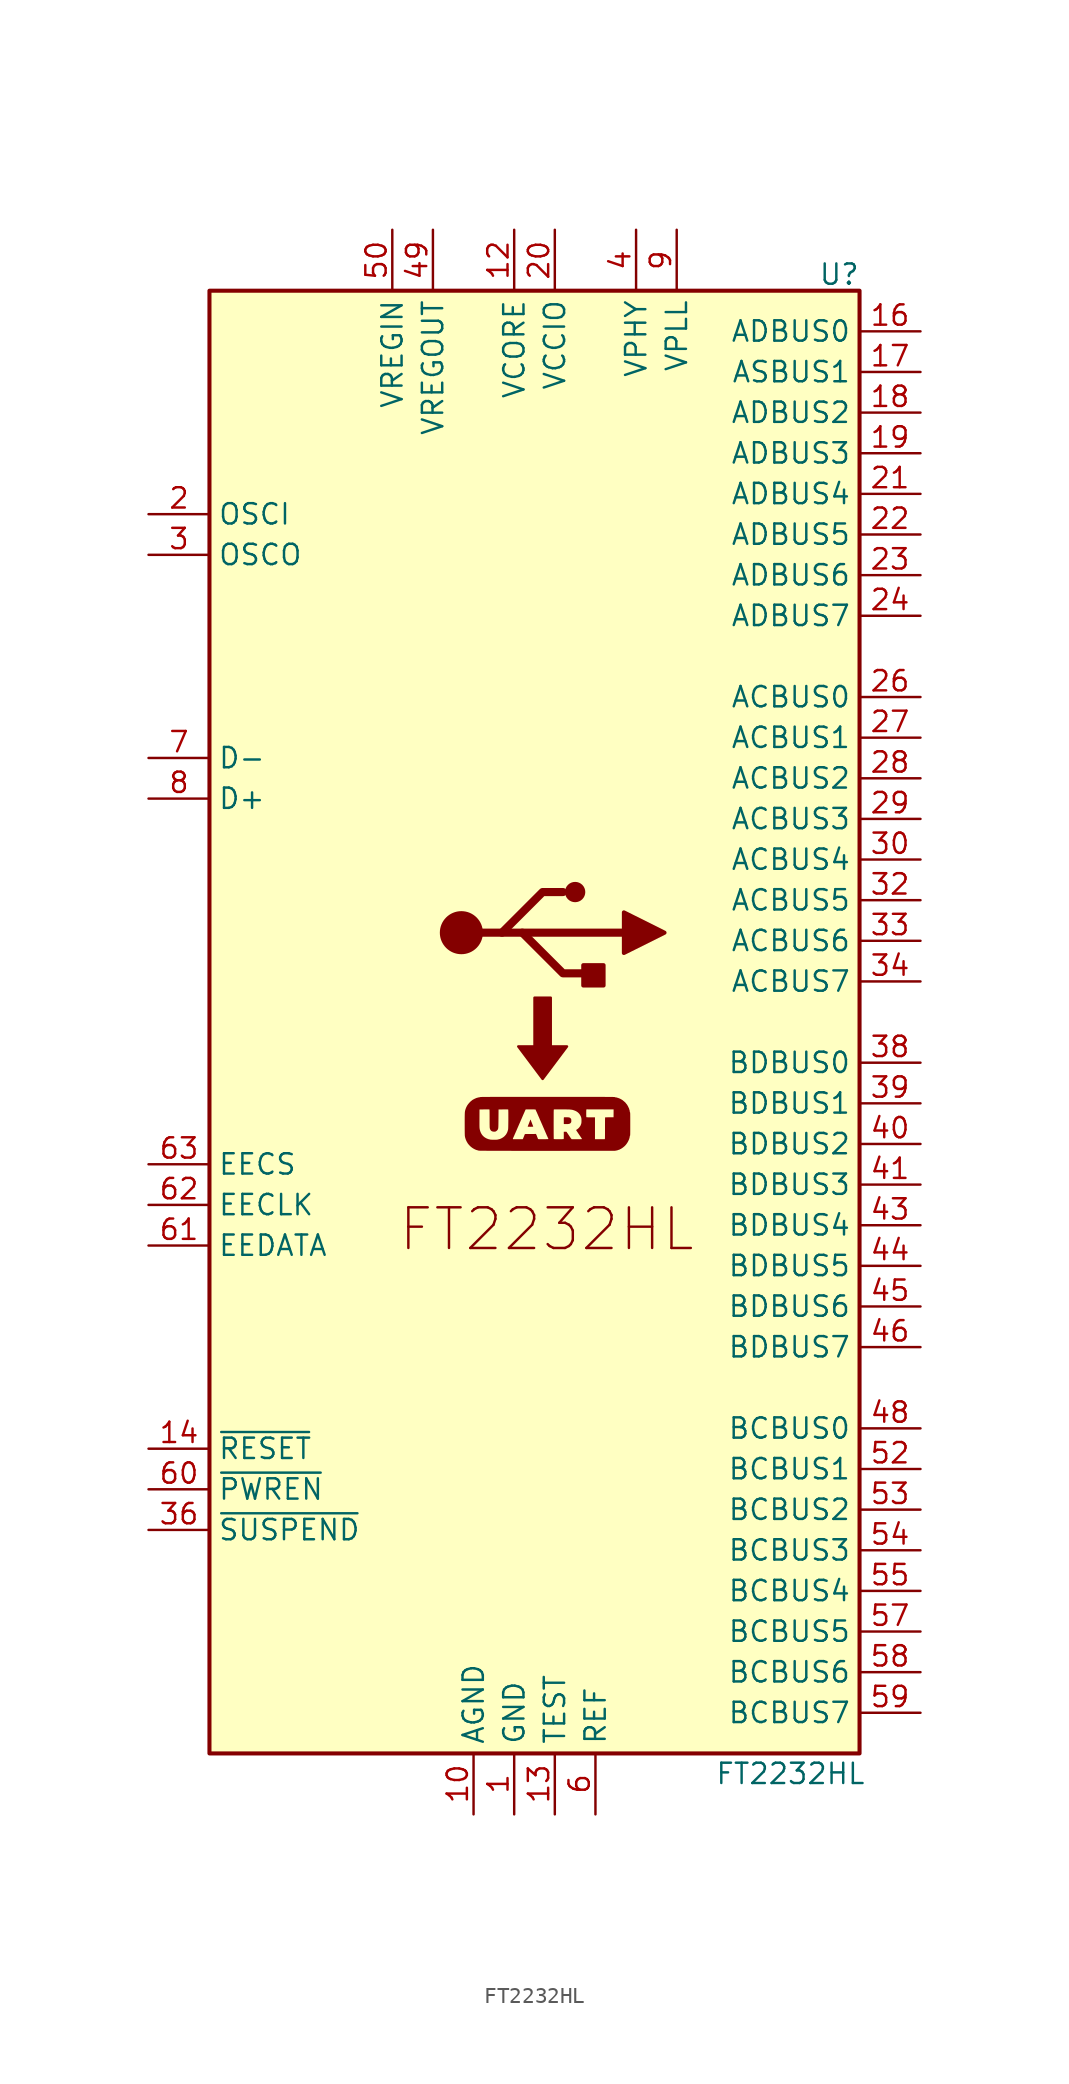
<source format=kicad_sym>
(kicad_symbol_lib
  (version 20231120)
  (generator "kicad_symbol_editor")
  (generator_version "8.0")
  (symbol "FT2232HL"
    (property "Reference" "U"
      (at 19.05 46.736 0)
      (effects (font (size 1.27 1.27))))
    (property "Value" "FT2232HL"
      (at 16.002 -46.99 0)
      (effects (font (size 1.27 1.27))))
    (symbol "FT2232HL_0_0"
      (pin power_in line (at -1.27 -49.53 90) (length 3.81) (name "GND" (effects (font (size 1.27 1.27)))) (number "1" (effects (font (size 1.27 1.27)))))
      (pin power_in line (at -1.27 49.53 270) (length 3.81) (name "VCORE" (effects (font (size 1.27 1.27)))) (number "12" (effects (font (size 1.27 1.27)))))
      (pin input line (at 1.27 -49.53 90) (length 3.81) (name "TEST" (effects (font (size 1.27 1.27)))) (number "13" (effects (font (size 1.27 1.27)))))
      (pin input line (at -24.13 -26.67 0) (length 3.81) (name "~{RESET}" (effects (font (size 1.27 1.27)))) (number "14" (effects (font (size 1.27 1.27)))))
      (pin bidirectional line (at 24.13 43.18 180) (length 3.81) (name "ADBUS0" (effects (font (size 1.27 1.27)))) (number "16" (effects (font (size 1.27 1.27)))))
      (pin bidirectional line (at 24.13 40.64 180) (length 3.81) (name "ASBUS1" (effects (font (size 1.27 1.27)))) (number "17" (effects (font (size 1.27 1.27)))))
      (pin bidirectional line (at 24.13 38.1 180) (length 3.81) (name "ADBUS2" (effects (font (size 1.27 1.27)))) (number "18" (effects (font (size 1.27 1.27)))))
      (pin bidirectional line (at 24.13 35.56 180) (length 3.81) (name "ADBUS3" (effects (font (size 1.27 1.27)))) (number "19" (effects (font (size 1.27 1.27)))))
      (pin input line (at -24.13 31.75 0) (length 3.81) (name "OSCI" (effects (font (size 1.27 1.27)))) (number "2" (effects (font (size 1.27 1.27)))))
      (pin power_in line (at 1.27 49.53 270) (length 3.81) (name "VCCIO" (effects (font (size 1.27 1.27)))) (number "20" (effects (font (size 1.27 1.27)))))
      (pin bidirectional line (at 24.13 33.02 180) (length 3.81) (name "ADBUS4" (effects (font (size 1.27 1.27)))) (number "21" (effects (font (size 1.27 1.27)))))
      (pin bidirectional line (at 24.13 30.48 180) (length 3.81) (name "ADBUS5" (effects (font (size 1.27 1.27)))) (number "22" (effects (font (size 1.27 1.27)))))
      (pin bidirectional line (at 24.13 27.94 180) (length 3.81) (name "ADBUS6" (effects (font (size 1.27 1.27)))) (number "23" (effects (font (size 1.27 1.27)))))
      (pin bidirectional line (at 24.13 25.4 180) (length 3.81) (name "ADBUS7" (effects (font (size 1.27 1.27)))) (number "24" (effects (font (size 1.27 1.27)))))
      (pin bidirectional line (at 24.13 20.32 180) (length 3.81) (name "ACBUS0" (effects (font (size 1.27 1.27)))) (number "26" (effects (font (size 1.27 1.27)))))
      (pin bidirectional line (at 24.13 17.78 180) (length 3.81) (name "ACBUS1" (effects (font (size 1.27 1.27)))) (number "27" (effects (font (size 1.27 1.27)))))
      (pin bidirectional line (at 24.13 15.24 180) (length 3.81) (name "ACBUS2" (effects (font (size 1.27 1.27)))) (number "28" (effects (font (size 1.27 1.27)))))
      (pin bidirectional line (at 24.13 12.7 180) (length 3.81) (name "ACBUS3" (effects (font (size 1.27 1.27)))) (number "29" (effects (font (size 1.27 1.27)))))
      (pin output line (at -24.13 29.21 0) (length 3.81) (name "OSCO" (effects (font (size 1.27 1.27)))) (number "3" (effects (font (size 1.27 1.27)))))
      (pin bidirectional line (at 24.13 10.16 180) (length 3.81) (name "ACBUS4" (effects (font (size 1.27 1.27)))) (number "30" (effects (font (size 1.27 1.27)))))
      (pin bidirectional line (at 24.13 7.62 180) (length 3.81) (name "ACBUS5" (effects (font (size 1.27 1.27)))) (number "32" (effects (font (size 1.27 1.27)))))
      (pin bidirectional line (at 24.13 5.08 180) (length 3.81) (name "ACBUS6" (effects (font (size 1.27 1.27)))) (number "33" (effects (font (size 1.27 1.27)))))
      (pin bidirectional line (at 24.13 2.54 180) (length 3.81) (name "ACBUS7" (effects (font (size 1.27 1.27)))) (number "34" (effects (font (size 1.27 1.27)))))
      (pin output line (at -24.13 -31.75 0) (length 3.81) (name "~{SUSPEND}" (effects (font (size 1.27 1.27)))) (number "36" (effects (font (size 1.27 1.27)))))
      (pin bidirectional line (at 24.13 -2.54 180) (length 3.81) (name "BDBUS0" (effects (font (size 1.27 1.27)))) (number "38" (effects (font (size 1.27 1.27)))))
      (pin bidirectional line (at 24.13 -5.08 180) (length 3.81) (name "BDBUS1" (effects (font (size 1.27 1.27)))) (number "39" (effects (font (size 1.27 1.27)))))
      (pin power_in line (at 6.35 49.53 270) (length 3.81) (name "VPHY" (effects (font (size 1.27 1.27)))) (number "4" (effects (font (size 1.27 1.27)))))
      (pin bidirectional line (at 24.13 -7.62 180) (length 3.81) (name "BDBUS2" (effects (font (size 1.27 1.27)))) (number "40" (effects (font (size 1.27 1.27)))))
      (pin bidirectional line (at 24.13 -10.16 180) (length 3.81) (name "BDBUS3" (effects (font (size 1.27 1.27)))) (number "41" (effects (font (size 1.27 1.27)))))
      (pin bidirectional line (at 24.13 -12.7 180) (length 3.81) (name "BDBUS4" (effects (font (size 1.27 1.27)))) (number "43" (effects (font (size 1.27 1.27)))))
      (pin bidirectional line (at 24.13 -15.24 180) (length 3.81) (name "BDBUS5" (effects (font (size 1.27 1.27)))) (number "44" (effects (font (size 1.27 1.27)))))
      (pin bidirectional line (at 24.13 -17.78 180) (length 3.81) (name "BDBUS6" (effects (font (size 1.27 1.27)))) (number "45" (effects (font (size 1.27 1.27)))))
      (pin bidirectional line (at 24.13 -20.32 180) (length 3.81) (name "BDBUS7" (effects (font (size 1.27 1.27)))) (number "46" (effects (font (size 1.27 1.27)))))
      (pin bidirectional line (at 24.13 -25.4 180) (length 3.81) (name "BCBUS0" (effects (font (size 1.27 1.27)))) (number "48" (effects (font (size 1.27 1.27)))))
      (pin power_out line (at -6.35 49.53 270) (length 3.81) (name "VREGOUT" (effects (font (size 1.27 1.27)))) (number "49" (effects (font (size 1.27 1.27)))))
      (pin power_in line (at -8.89 49.53 270) (length 3.81) (name "VREGIN" (effects (font (size 1.27 1.27)))) (number "50" (effects (font (size 1.27 1.27)))))
      (pin bidirectional line (at 24.13 -27.94 180) (length 3.81) (name "BCBUS1" (effects (font (size 1.27 1.27)))) (number "52" (effects (font (size 1.27 1.27)))))
      (pin bidirectional line (at 24.13 -30.48 180) (length 3.81) (name "BCBUS2" (effects (font (size 1.27 1.27)))) (number "53" (effects (font (size 1.27 1.27)))))
      (pin bidirectional line (at 24.13 -33.02 180) (length 3.81) (name "BCBUS3" (effects (font (size 1.27 1.27)))) (number "54" (effects (font (size 1.27 1.27)))))
      (pin bidirectional line (at 24.13 -35.56 180) (length 3.81) (name "BCBUS4" (effects (font (size 1.27 1.27)))) (number "55" (effects (font (size 1.27 1.27)))))
      (pin bidirectional line (at 24.13 -38.1 180) (length 3.81) (name "BCBUS5" (effects (font (size 1.27 1.27)))) (number "57" (effects (font (size 1.27 1.27)))))
      (pin bidirectional line (at 24.13 -40.64 180) (length 3.81) (name "BCBUS6" (effects (font (size 1.27 1.27)))) (number "58" (effects (font (size 1.27 1.27)))))
      (pin bidirectional line (at 24.13 -43.18 180) (length 3.81) (name "BCBUS7" (effects (font (size 1.27 1.27)))) (number "59" (effects (font (size 1.27 1.27)))))
      (pin input line (at 3.81 -49.53 90) (length 3.81) (name "REF" (effects (font (size 1.27 1.27)))) (number "6" (effects (font (size 1.27 1.27)))))
      (pin output line (at -24.13 -29.21 0) (length 3.81) (name "~{PWREN}" (effects (font (size 1.27 1.27)))) (number "60" (effects (font (size 1.27 1.27)))))
      (pin bidirectional line (at -24.13 -13.97 0) (length 3.81) (name "EEDATA" (effects (font (size 1.27 1.27)))) (number "61" (effects (font (size 1.27 1.27)))))
      (pin output line (at -24.13 -11.43 0) (length 3.81) (name "EECLK" (effects (font (size 1.27 1.27)))) (number "62" (effects (font (size 1.27 1.27)))))
      (pin bidirectional line (at -24.13 -8.89 0) (length 3.81) (name "EECS" (effects (font (size 1.27 1.27)))) (number "63" (effects (font (size 1.27 1.27)))))
      (pin power_in line (at 8.89 49.53 270) (length 3.81) (name "VPLL" (effects (font (size 1.27 1.27)))) (number "9" (effects (font (size 1.27 1.27))))))
    (symbol "FT2232HL_0_1"
      (rectangle (start -20.32 45.72) (end 20.32 -45.72) (stroke (width 0.254) (type default)) (fill (type background)))
      (circle (center -4.572 5.588) (radius 1.27) (stroke (width 0) (type default)) (fill (type outline)))
      (polyline (pts (xy -4.572 5.588) (xy 5.588 5.588)) (stroke (width 0.508) (type default)) (fill (type none)))
      (polyline (pts (xy -2.032 5.588) (xy 0.508 8.128) (xy 1.778 8.128)) (stroke (width 0.508) (type default)) (fill (type none)))
      (polyline (pts (xy -0.762 5.588) (xy 1.778 3.048) (xy 3.048 3.048)) (stroke (width 0.508) (type default)) (fill (type none)))
      (polyline (pts (xy 5.588 6.858) (xy 8.128 5.588) (xy 5.588 4.318) (xy 5.588 6.858)) (stroke (width 0.254) (type default)) (fill (type outline)))
      (polyline (pts (xy 1.016 1.524) (xy 0 1.524) (xy 0 -1.524) (xy -1.016 -1.524) (xy 0.508 -3.556) (xy 2.032 -1.524) (xy 1.016 -1.524) (xy 1.016 1.524)) (stroke (width 0) (type default)) (fill (type outline)))
      (circle (center 2.54 8.128) (radius 0.508) (stroke (width 0.254) (type default)) (fill (type outline)))
      (rectangle (start 3.048 3.556) (end 4.318 2.286) (stroke (width 0.254) (type default)) (fill (type outline))))
    (symbol "FT2232HL_1_0"
      (polyline (pts (xy -0.254 -6.096) (xy -0.253 -6.097) (xy -0.251 -6.099) (xy -0.249 -6.102) (xy -0.246 -6.107) (xy -0.242 -6.112) (xy -0.239 -6.119) (xy -0.232 -6.133) (xy -0.225 -6.147) (xy -0.22 -6.16) (xy -0.217 -6.166) (xy -0.216 -6.171) (xy -0.214 -6.175) (xy -0.214 -6.178) (xy -0.214 -6.179) (xy -0.214 -6.18) (xy -0.213 -6.183) (xy -0.212 -6.187) (xy -0.211 -6.191) (xy -0.209 -6.197) (xy -0.207 -6.202) (xy -0.204 -6.207) (xy -0.202 -6.213) (xy -0.188 -6.248) (xy -0.168 -6.298) (xy -0.145 -6.359) (xy -0.12 -6.427) (xy -0.117 -6.434) (xy -0.114 -6.442) (xy -0.106 -6.46) (xy -0.099 -6.476) (xy -0.093 -6.49) (xy -0.089 -6.5) (xy -0.085 -6.508) (xy -0.083 -6.515) (xy -0.082 -6.521) (xy -0.082 -6.524) (xy -0.082 -6.527) (xy -0.083 -6.529) (xy -0.085 -6.531) (xy -0.086 -6.533) (xy -0.089 -6.535) (xy -0.092 -6.537) (xy -0.095 -6.538) (xy -0.104 -6.54) (xy -0.116 -6.542) (xy -0.13 -6.544) (xy -0.148 -6.545) (xy -0.193 -6.545) (xy -0.253 -6.546) (xy -0.291 -6.545) (xy -0.324 -6.545) (xy -0.353 -6.544) (xy -0.365 -6.544) (xy -0.376 -6.543) (xy -0.386 -6.542) (xy -0.395 -6.542) (xy -0.403 -6.541) (xy -0.409 -6.54) (xy -0.414 -6.539) (xy -0.418 -6.538) (xy -0.42 -6.538) (xy -0.421 -6.537) (xy -0.422 -6.537) (xy -0.422 -6.536) (xy -0.423 -6.535) (xy -0.423 -6.533) (xy -0.423 -6.532) (xy -0.423 -6.53) (xy -0.423 -6.528) (xy -0.423 -6.526) (xy -0.422 -6.524) (xy -0.422 -6.521) (xy -0.421 -6.519) (xy -0.421 -6.516) (xy -0.42 -6.513) (xy -0.419 -6.51) (xy -0.418 -6.507) (xy -0.417 -6.505) (xy -0.416 -6.502) (xy -0.414 -6.499) (xy -0.408 -6.485) (xy -0.401 -6.467) (xy -0.393 -6.449) (xy -0.389 -6.44) (xy -0.386 -6.431) (xy -0.372 -6.395) (xy -0.365 -6.378) (xy -0.362 -6.371) (xy -0.36 -6.365) (xy -0.347 -6.335) (xy -0.341 -6.317) (xy -0.334 -6.3) (xy -0.327 -6.283) (xy -0.32 -6.263) (xy -0.306 -6.226) (xy -0.289 -6.183) (xy -0.277 -6.15) (xy -0.269 -6.127) (xy -0.266 -6.118) (xy -0.264 -6.111) (xy -0.263 -6.109) (xy -0.262 -6.108) (xy -0.262 -6.106) (xy -0.261 -6.105) (xy -0.261 -6.104) (xy -0.26 -6.103) (xy -0.259 -6.101) (xy -0.259 -6.1) (xy -0.258 -6.099) (xy -0.258 -6.098) (xy -0.257 -6.098) (xy -0.256 -6.097) (xy -0.256 -6.097) (xy -0.256 -6.096) (xy -0.256 -6.096) (xy -0.255 -6.096) (xy -0.255 -6.096) (xy -0.255 -6.096) (xy -0.255 -6.096) (xy -0.255 -6.096) (xy -0.254 -6.096)) (stroke (width -0.0001) (type solid)) (fill (type outline)))
      (polyline (pts (xy 2.014 -5.952) (xy 2.041 -5.953) (xy 2.065 -5.953) (xy 2.087 -5.954) (xy 2.106 -5.955) (xy 2.123 -5.957) (xy 2.139 -5.958) (xy 2.146 -5.959) (xy 2.153 -5.96) (xy 2.159 -5.961) (xy 2.165 -5.963) (xy 2.171 -5.964) (xy 2.177 -5.966) (xy 2.182 -5.967) (xy 2.187 -5.969) (xy 2.192 -5.971) (xy 2.197 -5.973) (xy 2.202 -5.976) (xy 2.206 -5.978) (xy 2.211 -5.981) (xy 2.215 -5.984) (xy 2.224 -5.99) (xy 2.233 -5.997) (xy 2.243 -6.005) (xy 2.252 -6.013) (xy 2.259 -6.02) (xy 2.266 -6.027) (xy 2.272 -6.035) (xy 2.278 -6.042) (xy 2.283 -6.05) (xy 2.287 -6.058) (xy 2.29 -6.066) (xy 2.293 -6.075) (xy 2.296 -6.085) (xy 2.298 -6.096) (xy 2.299 -6.107) (xy 2.3 -6.119) (xy 2.301 -6.133) (xy 2.301 -6.147) (xy 2.301 -6.163) (xy 2.301 -6.175) (xy 2.301 -6.186) (xy 2.301 -6.196) (xy 2.3 -6.205) (xy 2.3 -6.214) (xy 2.299 -6.221) (xy 2.299 -6.229) (xy 2.298 -6.235) (xy 2.297 -6.241) (xy 2.295 -6.246) (xy 2.294 -6.252) (xy 2.292 -6.256) (xy 2.29 -6.261) (xy 2.288 -6.265) (xy 2.286 -6.27) (xy 2.284 -6.274) (xy 2.274 -6.289) (xy 2.263 -6.303) (xy 2.252 -6.315) (xy 2.241 -6.326) (xy 2.229 -6.336) (xy 2.215 -6.344) (xy 2.201 -6.351) (xy 2.184 -6.358) (xy 2.167 -6.363) (xy 2.147 -6.367) (xy 2.125 -6.371) (xy 2.101 -6.374) (xy 2.074 -6.376) (xy 2.045 -6.377) (xy 2.013 -6.378) (xy 1.978 -6.378) (xy 1.948 -6.378) (xy 1.921 -6.378) (xy 1.896 -6.377) (xy 1.875 -6.376) (xy 1.857 -6.375) (xy 1.85 -6.375) (xy 1.843 -6.374) (xy 1.839 -6.373) (xy 1.835 -6.373) (xy 1.833 -6.372) (xy 1.832 -6.371) (xy 1.832 -6.371) (xy 1.831 -6.243) (xy 1.831 -6.19) (xy 1.83 -6.144) (xy 1.83 -6.105) (xy 1.831 -6.087) (xy 1.831 -6.071) (xy 1.831 -6.056) (xy 1.831 -6.043) (xy 1.831 -6.031) (xy 1.832 -6.02) (xy 1.832 -6.01) (xy 1.833 -6.001) (xy 1.833 -5.994) (xy 1.834 -5.987) (xy 1.835 -5.981) (xy 1.836 -5.976) (xy 1.837 -5.971) (xy 1.837 -5.969) (xy 1.837 -5.967) (xy 1.838 -5.966) (xy 1.839 -5.964) (xy 1.839 -5.963) (xy 1.84 -5.962) (xy 1.84 -5.961) (xy 1.841 -5.96) (xy 1.842 -5.959) (xy 1.842 -5.958) (xy 1.843 -5.957) (xy 1.844 -5.957) (xy 1.845 -5.956) (xy 1.845 -5.956) (xy 1.847 -5.955) (xy 1.849 -5.955) (xy 1.856 -5.954) (xy 1.868 -5.953) (xy 1.905 -5.952) (xy 1.956 -5.952) (xy 2.014 -5.952)) (stroke (width -0.0001) (type solid)) (fill (type outline)))
      (polyline (pts (xy 3.072 -4.676) (xy 4.34 -4.678) (xy 4.689 -4.68) (xy 4.894 -4.682) (xy 4.954 -4.684) (xy 4.992 -4.686) (xy 5.013 -4.688) (xy 5.017 -4.689) (xy 5.019 -4.69) (xy 5.021 -4.692) (xy 5.023 -4.693) (xy 5.025 -4.695) (xy 5.028 -4.696) (xy 5.031 -4.697) (xy 5.034 -4.699) (xy 5.038 -4.7) (xy 5.042 -4.701) (xy 5.046 -4.702) (xy 5.051 -4.703) (xy 5.056 -4.704) (xy 5.061 -4.705) (xy 5.073 -4.707) (xy 5.086 -4.708) (xy 5.092 -4.709) (xy 5.098 -4.71) (xy 5.111 -4.711) (xy 5.122 -4.713) (xy 5.134 -4.716) (xy 5.144 -4.718) (xy 5.154 -4.72) (xy 5.158 -4.722) (xy 5.162 -4.723) (xy 5.165 -4.724) (xy 5.168 -4.725) (xy 5.17 -4.727) (xy 5.173 -4.728) (xy 5.176 -4.729) (xy 5.178 -4.73) (xy 5.181 -4.731) (xy 5.184 -4.732) (xy 5.187 -4.733) (xy 5.19 -4.734) (xy 5.193 -4.735) (xy 5.196 -4.736) (xy 5.199 -4.736) (xy 5.202 -4.737) (xy 5.204 -4.737) (xy 5.207 -4.737) (xy 5.209 -4.738) (xy 5.212 -4.738) (xy 5.214 -4.738) (xy 5.216 -4.738) (xy 5.218 -4.738) (xy 5.221 -4.739) (xy 5.223 -4.739) (xy 5.226 -4.74) (xy 5.229 -4.741) (xy 5.231 -4.742) (xy 5.234 -4.743) (xy 5.236 -4.744) (xy 5.239 -4.745) (xy 5.241 -4.746) (xy 5.243 -4.747) (xy 5.245 -4.748) (xy 5.247 -4.75) (xy 5.249 -4.751) (xy 5.25 -4.752) (xy 5.253 -4.753) (xy 5.255 -4.755) (xy 5.257 -4.756) (xy 5.259 -4.757) (xy 5.261 -4.758) (xy 5.263 -4.759) (xy 5.265 -4.76) (xy 5.267 -4.761) (xy 5.269 -4.762) (xy 5.271 -4.762) (xy 5.273 -4.763) (xy 5.275 -4.763) (xy 5.277 -4.764) (xy 5.278 -4.764) (xy 5.279 -4.764) (xy 5.283 -4.765) (xy 5.289 -4.766) (xy 5.305 -4.773) (xy 5.326 -4.782) (xy 5.351 -4.793) (xy 5.376 -4.806) (xy 5.402 -4.819) (xy 5.425 -4.832) (xy 5.444 -4.843) (xy 5.455 -4.851) (xy 5.466 -4.858) (xy 5.471 -4.861) (xy 5.475 -4.863) (xy 5.479 -4.866) (xy 5.482 -4.867) (xy 5.484 -4.868) (xy 5.485 -4.869) (xy 5.487 -4.869) (xy 5.489 -4.87) (xy 5.49 -4.871) (xy 5.492 -4.872) (xy 5.494 -4.873) (xy 5.496 -4.874) (xy 5.497 -4.876) (xy 5.499 -4.877) (xy 5.501 -4.878) (xy 5.503 -4.88) (xy 5.504 -4.881) (xy 5.506 -4.882) (xy 5.508 -4.884) (xy 5.509 -4.885) (xy 5.52 -4.894) (xy 5.538 -4.909) (xy 5.562 -4.929) (xy 5.589 -4.952) (xy 5.615 -4.974) (xy 5.636 -4.992) (xy 5.645 -4.999) (xy 5.653 -5.006) (xy 5.66 -5.013) (xy 5.666 -5.019) (xy 5.673 -5.025) (xy 5.679 -5.032) (xy 5.685 -5.039) (xy 5.691 -5.046) (xy 5.706 -5.064) (xy 5.723 -5.086) (xy 5.74 -5.108) (xy 5.756 -5.128) (xy 5.769 -5.143) (xy 5.774 -5.149) (xy 5.777 -5.153) (xy 5.779 -5.156) (xy 5.782 -5.159) (xy 5.785 -5.163) (xy 5.787 -5.166) (xy 5.79 -5.17) (xy 5.791 -5.172) (xy 5.792 -5.173) (xy 5.793 -5.175) (xy 5.793 -5.177) (xy 5.794 -5.178) (xy 5.795 -5.179) (xy 5.796 -5.183) (xy 5.798 -5.186) (xy 5.804 -5.196) (xy 5.811 -5.207) (xy 5.817 -5.218) (xy 5.824 -5.229) (xy 5.832 -5.243) (xy 5.84 -5.258) (xy 5.849 -5.275) (xy 5.858 -5.293) (xy 5.868 -5.313) (xy 5.877 -5.334) (xy 5.886 -5.355) (xy 5.893 -5.369) (xy 5.9 -5.384) (xy 5.912 -5.411) (xy 5.913 -5.413) (xy 5.914 -5.416) (xy 5.916 -5.419) (xy 5.917 -5.422) (xy 5.918 -5.425) (xy 5.919 -5.428) (xy 5.92 -5.431) (xy 5.921 -5.433) (xy 5.921 -5.436) (xy 5.922 -5.439) (xy 5.923 -5.442) (xy 5.923 -5.444) (xy 5.924 -5.447) (xy 5.924 -5.449) (xy 5.924 -5.451) (xy 5.924 -5.453) (xy 5.924 -5.455) (xy 5.925 -5.457) (xy 5.925 -5.459) (xy 5.925 -5.462) (xy 5.926 -5.464) (xy 5.926 -5.467) (xy 5.927 -5.47) (xy 5.928 -5.472) (xy 5.929 -5.475) (xy 5.93 -5.478) (xy 5.931 -5.481) (xy 5.932 -5.484) (xy 5.933 -5.486) (xy 5.934 -5.489) (xy 5.935 -5.492) (xy 5.937 -5.494) (xy 5.938 -5.497) (xy 5.939 -5.5) (xy 5.941 -5.508) (xy 5.944 -5.518) (xy 5.946 -5.528) (xy 5.949 -5.539) (xy 5.95 -5.551) (xy 5.952 -5.563) (xy 5.953 -5.575) (xy 5.954 -5.582) (xy 5.955 -5.589) (xy 5.956 -5.595) (xy 5.957 -5.601) (xy 5.957 -5.606) (xy 5.958 -5.611) (xy 5.96 -5.616) (xy 5.961 -5.62) (xy 5.962 -5.624) (xy 5.963 -5.628) (xy 5.964 -5.631) (xy 5.966 -5.634) (xy 5.967 -5.637) (xy 5.968 -5.638) (xy 5.969 -5.639) (xy 5.969 -5.64) (xy 5.97 -5.641) (xy 5.971 -5.642) (xy 5.972 -5.643) (xy 5.976 -5.65) (xy 5.979 -5.67) (xy 5.982 -5.707) (xy 5.984 -5.769) (xy 5.986 -5.989) (xy 5.986 -6.377) (xy 5.986 -6.587) (xy 5.986 -6.753) (xy 5.985 -6.88) (xy 5.984 -6.93) (xy 5.984 -6.972) (xy 5.983 -7.008) (xy 5.982 -7.036) (xy 5.981 -7.059) (xy 5.98 -7.075) (xy 5.979 -7.088) (xy 5.978 -7.092) (xy 5.977 -7.096) (xy 5.976 -7.098) (xy 5.976 -7.1) (xy 5.975 -7.101) (xy 5.974 -7.101) (xy 5.972 -7.101) (xy 5.971 -7.102) (xy 5.969 -7.103) (xy 5.968 -7.104) (xy 5.966 -7.106) (xy 5.965 -7.108) (xy 5.964 -7.11) (xy 5.963 -7.113) (xy 5.962 -7.116) (xy 5.961 -7.12) (xy 5.96 -7.124) (xy 5.959 -7.129) (xy 5.958 -7.134) (xy 5.957 -7.139) (xy 5.955 -7.152) (xy 5.95 -7.189) (xy 5.942 -7.228) (xy 5.931 -7.268) (xy 5.918 -7.309) (xy 5.902 -7.351) (xy 5.884 -7.393) (xy 5.864 -7.435) (xy 5.842 -7.477) (xy 5.819 -7.519) (xy 5.793 -7.559) (xy 5.767 -7.599) (xy 5.739 -7.637) (xy 5.71 -7.673) (xy 5.68 -7.708) (xy 5.649 -7.74) (xy 5.617 -7.77) (xy 5.605 -7.781) (xy 5.591 -7.792) (xy 5.562 -7.816) (xy 5.532 -7.84) (xy 5.502 -7.862) (xy 5.474 -7.882) (xy 5.461 -7.891) (xy 5.45 -7.898) (xy 5.44 -7.904) (xy 5.432 -7.909) (xy 5.426 -7.912) (xy 5.423 -7.912) (xy 5.421 -7.913) (xy 5.421 -7.913) (xy 5.421 -7.913) (xy 5.42 -7.913) (xy 5.419 -7.913) (xy 5.418 -7.914) (xy 5.417 -7.914) (xy 5.416 -7.915) (xy 5.415 -7.916) (xy 5.414 -7.917) (xy 5.412 -7.918) (xy 5.411 -7.919) (xy 5.41 -7.92) (xy 5.409 -7.921) (xy 5.407 -7.922) (xy 5.406 -7.923) (xy 5.405 -7.925) (xy 5.404 -7.926) (xy 5.403 -7.927) (xy 5.401 -7.928) (xy 5.4 -7.93) (xy 5.398 -7.931) (xy 5.397 -7.932) (xy 5.395 -7.933) (xy 5.393 -7.934) (xy 5.392 -7.935) (xy 5.39 -7.936) (xy 5.388 -7.937) (xy 5.386 -7.937) (xy 5.384 -7.938) (xy 5.383 -7.939) (xy 5.381 -7.939) (xy 5.379 -7.939) (xy 5.377 -7.939) (xy 5.376 -7.939) (xy 5.374 -7.939) (xy 5.372 -7.94) (xy 5.37 -7.94) (xy 5.369 -7.941) (xy 5.367 -7.941) (xy 5.365 -7.942) (xy 5.363 -7.943) (xy 5.362 -7.944) (xy 5.36 -7.944) (xy 5.358 -7.946) (xy 5.357 -7.947) (xy 5.355 -7.948) (xy 5.354 -7.949) (xy 5.353 -7.95) (xy 5.352 -7.951) (xy 5.352 -7.951) (xy 5.351 -7.953) (xy 5.349 -7.954) (xy 5.348 -7.955) (xy 5.346 -7.957) (xy 5.345 -7.958) (xy 5.343 -7.959) (xy 5.341 -7.96) (xy 5.339 -7.962) (xy 5.337 -7.963) (xy 5.335 -7.964) (xy 5.332 -7.965) (xy 5.33 -7.965) (xy 5.328 -7.966) (xy 5.326 -7.967) (xy 5.324 -7.968) (xy 5.322 -7.968) (xy 5.317 -7.97) (xy 5.311 -7.971) (xy 5.294 -7.977) (xy 5.274 -7.984) (xy 5.264 -7.988) (xy 5.254 -7.992) (xy 5.229 -8.001) (xy 5.203 -8.01) (xy 5.176 -8.018) (xy 5.149 -8.024) (xy 5.12 -8.031) (xy 5.09 -8.037) (xy 5.059 -8.041) (xy 5.027 -8.046) (xy 0.741 -8.052) (xy -1.353 -8.05) (xy -2.645 -8.048) (xy -3.302 -8.044) (xy -3.445 -8.041) (xy -3.492 -8.038) (xy -3.495 -8.037) (xy -3.497 -8.036) (xy -3.503 -8.033) (xy -3.51 -8.03) (xy -3.518 -8.028) (xy -3.526 -8.025) (xy -3.534 -8.023) (xy -3.542 -8.021) (xy -3.55 -8.019) (xy -3.579 -8.012) (xy -3.609 -8.004) (xy -3.64 -7.994) (xy -3.671 -7.982) (xy -3.703 -7.969) (xy -3.735 -7.954) (xy -3.766 -7.938) (xy -3.798 -7.921) (xy -3.829 -7.902) (xy -3.86 -7.883) (xy -3.891 -7.863) (xy -3.92 -7.841) (xy -3.949 -7.819) (xy -3.977 -7.797) (xy -4.003 -7.773) (xy -4.029 -7.75) (xy -4.041 -7.737) (xy -4.054 -7.723) (xy -4.081 -7.695) (xy -4.107 -7.665) (xy -4.131 -7.637) (xy -4.152 -7.611) (xy -4.161 -7.6) (xy -4.168 -7.59) (xy -4.174 -7.58) (xy -4.179 -7.573) (xy -4.182 -7.567) (xy -4.183 -7.565) (xy -4.183 -7.563) (xy -4.183 -7.563) (xy -4.183 -7.562) (xy -4.183 -7.561) (xy -4.184 -7.56) (xy -4.184 -7.559) (xy -4.185 -7.557) (xy -4.186 -7.556) (xy -4.186 -7.555) (xy -4.187 -7.553) (xy -4.188 -7.552) (xy -4.189 -7.55) (xy -4.19 -7.549) (xy -4.191 -7.547) (xy -4.193 -7.546) (xy -4.194 -7.545) (xy -4.195 -7.543) (xy -4.199 -7.538) (xy -4.205 -7.53) (xy -4.218 -7.508) (xy -4.233 -7.48) (xy -4.249 -7.449) (xy -4.264 -7.418) (xy -4.278 -7.388) (xy -4.288 -7.364) (xy -4.291 -7.355) (xy -4.293 -7.348) (xy -4.294 -7.346) (xy -4.295 -7.343) (xy -4.295 -7.34) (xy -4.296 -7.338) (xy -4.297 -7.335) (xy -4.298 -7.333) (xy -4.299 -7.331) (xy -4.3 -7.329) (xy -4.301 -7.326) (xy -4.302 -7.324) (xy -4.303 -7.323) (xy -4.304 -7.321) (xy -4.305 -7.32) (xy -4.306 -7.319) (xy -4.306 -7.318) (xy -4.306 -7.318) (xy -4.307 -7.318) (xy -4.307 -7.317) (xy -4.308 -7.317) (xy -4.309 -7.316) (xy -4.31 -7.314) (xy -4.31 -7.313) (xy -4.311 -7.312) (xy -4.312 -7.31) (xy -4.312 -7.309) (xy -4.313 -7.307) (xy -4.313 -7.305) (xy -4.314 -7.303) (xy -4.314 -7.301) (xy -4.314 -7.299) (xy -4.315 -7.297) (xy -4.315 -7.295) (xy -4.315 -7.292) (xy -4.315 -7.29) (xy -4.315 -7.288) (xy -4.315 -7.285) (xy -4.316 -7.282) (xy -4.316 -7.28) (xy -4.316 -7.277) (xy -4.317 -7.274) (xy -4.317 -7.271) (xy -4.318 -7.269) (xy -4.319 -7.266) (xy -4.32 -7.263) (xy -4.321 -7.26) (xy -4.322 -7.258) (xy -4.322 -7.255) (xy -4.324 -7.253) (xy -4.325 -7.251) (xy -4.326 -7.248) (xy -4.328 -7.243) (xy -4.331 -7.235) (xy -4.334 -7.224) (xy -4.337 -7.211) (xy -4.34 -7.197) (xy -4.344 -7.182) (xy -4.347 -7.166) (xy -4.349 -7.15) (xy -4.354 -7.121) (xy -4.357 -7.084) (xy -4.361 -6.96) (xy -4.363 -6.737) (xy -4.364 -6.374) (xy -4.364 -6.333) (xy -3.441 -6.333) (xy -3.441 -6.437) (xy -3.44 -6.515) (xy -3.439 -6.546) (xy -3.438 -6.573) (xy -3.437 -6.596) (xy -3.436 -6.616) (xy -3.434 -6.633) (xy -3.432 -6.649) (xy -3.43 -6.664) (xy -3.428 -6.678) (xy -3.42 -6.72) (xy -3.41 -6.761) (xy -3.398 -6.801) (xy -3.386 -6.839) (xy -3.372 -6.876) (xy -3.357 -6.911) (xy -3.34 -6.946) (xy -3.322 -6.978) (xy -3.303 -7.01) (xy -3.282 -7.04) (xy -3.26 -7.069) (xy -3.237 -7.097) (xy -3.212 -7.123) (xy -3.186 -7.148) (xy -3.158 -7.172) (xy -3.129 -7.195) (xy -3.116 -7.204) (xy -3.103 -7.213) (xy -3.088 -7.222) (xy -3.073 -7.231) (xy -3.041 -7.25) (xy -3.009 -7.267) (xy -2.993 -7.274) (xy -2.978 -7.282) (xy -2.964 -7.288) (xy -2.951 -7.293) (xy -2.939 -7.298) (xy -2.929 -7.301) (xy -2.921 -7.303) (xy -2.915 -7.304) (xy -2.913 -7.304) (xy -2.911 -7.304) (xy -2.909 -7.305) (xy -2.908 -7.305) (xy -2.905 -7.306) (xy -2.903 -7.306) (xy -2.901 -7.307) (xy -2.899 -7.308) (xy -2.897 -7.309) (xy -2.895 -7.31) (xy -2.893 -7.311) (xy -2.89 -7.312) (xy -2.888 -7.314) (xy -2.886 -7.315) (xy -2.885 -7.316) (xy -2.883 -7.317) (xy -2.881 -7.319) (xy -2.879 -7.32) (xy -2.876 -7.321) (xy -2.874 -7.322) (xy -2.871 -7.324) (xy -2.868 -7.325) (xy -2.865 -7.326) (xy -2.862 -7.327) (xy -2.859 -7.327) (xy -2.856 -7.328) (xy -2.853 -7.329) (xy -2.85 -7.33) (xy -2.847 -7.33) (xy -2.844 -7.33) (xy -2.841 -7.33) (xy -2.839 -7.331) (xy -2.836 -7.331) (xy -2.833 -7.331) (xy -2.829 -7.331) (xy -2.825 -7.332) (xy -2.817 -7.333) (xy -2.809 -7.335) (xy -2.8 -7.337) (xy -2.792 -7.339) (xy -2.784 -7.341) (xy -2.776 -7.344) (xy -2.764 -7.347) (xy -2.745 -7.349) (xy -2.692 -7.353) (xy -2.623 -7.356) (xy -2.546 -7.357) (xy -2.469 -7.357) (xy -2.399 -7.355) (xy -2.345 -7.352) (xy -2.326 -7.35) (xy -2.313 -7.347) (xy -2.306 -7.345) (xy -2.298 -7.343) (xy -2.289 -7.341) (xy -2.28 -7.338) (xy -2.27 -7.336) (xy -2.26 -7.334) (xy -2.251 -7.332) (xy -2.243 -7.331) (xy -2.219 -7.326) (xy -2.194 -7.319) (xy -2.168 -7.311) (xy -2.141 -7.301) (xy -2.137 -7.299) (xy -1.35 -7.299) (xy -1.35 -7.301) (xy -1.35 -7.303) (xy -1.347 -7.323) (xy -1.049 -7.323) (xy -0.836 -7.322) (xy -0.741 -7.322) (xy -0.739 -7.321) (xy -0.736 -7.32) (xy -0.734 -7.318) (xy -0.732 -7.315) (xy -0.729 -7.311) (xy -0.726 -7.306) (xy -0.719 -7.293) (xy -0.711 -7.274) (xy -0.701 -7.251) (xy -0.689 -7.221) (xy -0.675 -7.185) (xy -0.672 -7.177) (xy -0.669 -7.169) (xy -0.666 -7.161) (xy -0.663 -7.153) (xy -0.659 -7.145) (xy -0.656 -7.137) (xy -0.653 -7.131) (xy -0.65 -7.125) (xy -0.648 -7.122) (xy -0.647 -7.12) (xy -0.646 -7.117) (xy -0.645 -7.114) (xy -0.644 -7.112) (xy -0.643 -7.109) (xy -0.642 -7.106) (xy -0.641 -7.104) (xy -0.64 -7.102) (xy -0.639 -7.099) (xy -0.639 -7.097) (xy -0.638 -7.095) (xy -0.638 -7.093) (xy -0.638 -7.092) (xy -0.637 -7.09) (xy -0.637 -7.089) (xy -0.637 -7.088) (xy -0.637 -7.086) (xy -0.636 -7.084) (xy -0.636 -7.081) (xy -0.634 -7.076) (xy -0.632 -7.069) (xy -0.629 -7.062) (xy -0.625 -7.054) (xy -0.621 -7.047) (xy -0.617 -7.039) (xy -0.596 -7) (xy -0.251 -6.997) (xy 0.093 -6.995) (xy 0.112 -7.037) (xy 0.121 -7.056) (xy 0.129 -7.074) (xy 0.138 -7.091) (xy 0.141 -7.098) (xy 0.144 -7.104) (xy 0.145 -7.107) (xy 0.146 -7.109) (xy 0.148 -7.112) (xy 0.149 -7.115) (xy 0.15 -7.118) (xy 0.151 -7.121) (xy 0.152 -7.123) (xy 0.153 -7.126) (xy 0.154 -7.129) (xy 0.154 -7.131) (xy 0.155 -7.134) (xy 0.155 -7.136) (xy 0.156 -7.139) (xy 0.156 -7.141) (xy 0.156 -7.143) (xy 0.156 -7.144) (xy 0.156 -7.146) (xy 0.157 -7.148) (xy 0.157 -7.15) (xy 0.157 -7.152) (xy 0.158 -7.154) (xy 0.159 -7.156) (xy 0.159 -7.158) (xy 0.16 -7.16) (xy 0.161 -7.162) (xy 0.162 -7.165) (xy 0.163 -7.167) (xy 0.165 -7.169) (xy 0.166 -7.171) (xy 0.167 -7.173) (xy 0.168 -7.175) (xy 0.17 -7.177) (xy 0.171 -7.179) (xy 0.172 -7.181) (xy 0.173 -7.183) (xy 0.175 -7.185) (xy 0.176 -7.187) (xy 0.177 -7.189) (xy 0.178 -7.192) (xy 0.179 -7.194) (xy 0.18 -7.197) (xy 0.18 -7.199) (xy 0.181 -7.201) (xy 0.182 -7.204) (xy 0.182 -7.206) (xy 0.182 -7.208) (xy 0.183 -7.21) (xy 0.183 -7.212) (xy 0.183 -7.214) (xy 0.183 -7.216) (xy 0.183 -7.218) (xy 0.184 -7.221) (xy 0.184 -7.223) (xy 0.185 -7.225) (xy 0.186 -7.228) (xy 0.187 -7.23) (xy 0.188 -7.232) (xy 0.189 -7.235) (xy 0.19 -7.237) (xy 0.191 -7.239) (xy 0.192 -7.242) (xy 0.193 -7.244) (xy 0.195 -7.246) (xy 0.196 -7.248) (xy 0.197 -7.249) (xy 0.199 -7.251) (xy 0.2 -7.253) (xy 0.201 -7.255) (xy 0.202 -7.257) (xy 0.203 -7.259) (xy 0.204 -7.261) (xy 0.205 -7.263) (xy 0.206 -7.266) (xy 0.207 -7.268) (xy 0.208 -7.27) (xy 0.208 -7.272) (xy 0.209 -7.274) (xy 0.209 -7.275) (xy 0.209 -7.277) (xy 0.209 -7.279) (xy 0.209 -7.28) (xy 0.209 -7.281) (xy 0.21 -7.283) (xy 0.21 -7.285) (xy 0.211 -7.287) (xy 0.211 -7.288) (xy 0.212 -7.29) (xy 0.213 -7.292) (xy 0.213 -7.294) (xy 0.214 -7.296) (xy 0.215 -7.298) (xy 0.216 -7.3) (xy 0.217 -7.302) (xy 0.218 -7.304) (xy 0.22 -7.306) (xy 0.221 -7.308) (xy 0.223 -7.31) (xy 0.226 -7.312) (xy 0.23 -7.314) (xy 0.235 -7.316) (xy 0.252 -7.319) (xy 0.278 -7.32) (xy 0.318 -7.322) (xy 0.374 -7.322) (xy 0.544 -7.323) (xy 0.669 -7.322) (xy 0.723 -7.321) (xy 0.77 -7.319) (xy 0.808 -7.318) (xy 0.838 -7.317) (xy 0.857 -7.315) (xy 0.862 -7.315) (xy 0.865 -7.314) (xy 0.865 -7.313) (xy 0.865 -7.313) (xy 0.866 -7.312) (xy 0.866 -7.311) (xy 0.867 -7.31) (xy 0.867 -7.309) (xy 0.867 -7.307) (xy 0.867 -7.305) (xy 0.867 -7.303) (xy 0.867 -7.301) (xy 0.866 -7.299) (xy 0.866 -7.296) (xy 0.865 -7.294) (xy 0.864 -7.292) (xy 0.863 -7.289) (xy 0.862 -7.286) (xy 0.861 -7.283) (xy 0.859 -7.28) (xy 0.85 -7.261) (xy 0.838 -7.236) (xy 0.803 -7.157) (xy 0.797 -7.143) (xy 0.793 -7.136) (xy 0.79 -7.129) (xy 0.788 -7.123) (xy 0.785 -7.118) (xy 0.783 -7.113) (xy 0.781 -7.11) (xy 0.778 -7.104) (xy 0.774 -7.097) (xy 0.772 -7.093) (xy 0.771 -7.09) (xy 0.769 -7.087) (xy 0.768 -7.084) (xy 0.765 -7.076) (xy 0.761 -7.065) (xy 0.756 -7.053) (xy 0.753 -7.046) (xy 0.75 -7.04) (xy 0.737 -7.01) (xy 0.731 -6.995) (xy 0.728 -6.988) (xy 0.726 -6.982) (xy 0.707 -6.939) (xy 0.672 -6.859) (xy 0.659 -6.828) (xy 0.653 -6.812) (xy 0.647 -6.799) (xy 0.64 -6.785) (xy 0.633 -6.769) (xy 0.626 -6.751) (xy 0.619 -6.735) (xy 0.612 -6.719) (xy 0.604 -6.701) (xy 0.59 -6.669) (xy 0.585 -6.656) (xy 0.579 -6.643) (xy 0.571 -6.624) (xy 0.568 -6.619) (xy 0.564 -6.61) (xy 0.551 -6.58) (xy 0.513 -6.493) (xy 0.494 -6.446) (xy 0.476 -6.405) (xy 0.469 -6.389) (xy 1.197 -6.389) (xy 1.198 -6.744) (xy 1.199 -7.036) (xy 1.202 -7.235) (xy 1.203 -7.29) (xy 1.204 -7.311) (xy 1.213 -7.314) (xy 1.233 -7.317) (xy 1.304 -7.321) (xy 1.402 -7.323) (xy 1.514 -7.324) (xy 1.626 -7.323) (xy 1.725 -7.321) (xy 1.795 -7.317) (xy 1.816 -7.314) (xy 1.825 -7.311) (xy 1.826 -7.304) (xy 1.827 -7.289) (xy 1.83 -7.238) (xy 1.831 -7.165) (xy 1.831 -7.079) (xy 1.829 -6.859) (xy 1.911 -6.856) (xy 1.926 -6.856) (xy 1.938 -6.855) (xy 1.949 -6.855) (xy 1.959 -6.855) (xy 1.963 -6.855) (xy 1.967 -6.855) (xy 1.971 -6.855) (xy 1.974 -6.856) (xy 1.978 -6.856) (xy 1.98 -6.856) (xy 1.983 -6.857) (xy 1.986 -6.857) (xy 1.988 -6.858) (xy 1.99 -6.858) (xy 1.992 -6.859) (xy 1.994 -6.86) (xy 1.996 -6.861) (xy 1.998 -6.862) (xy 1.999 -6.863) (xy 2.001 -6.864) (xy 2.002 -6.866) (xy 2.004 -6.867) (xy 2.006 -6.869) (xy 2.007 -6.87) (xy 2.01 -6.874) (xy 2.014 -6.878) (xy 2.016 -6.881) (xy 2.018 -6.883) (xy 2.02 -6.886) (xy 2.022 -6.888) (xy 2.023 -6.891) (xy 2.025 -6.894) (xy 2.027 -6.896) (xy 2.028 -6.898) (xy 2.03 -6.901) (xy 2.031 -6.903) (xy 2.032 -6.905) (xy 2.033 -6.907) (xy 2.034 -6.909) (xy 2.034 -6.911) (xy 2.035 -6.912) (xy 2.035 -6.913) (xy 2.035 -6.914) (xy 2.035 -6.915) (xy 2.035 -6.915) (xy 2.035 -6.916) (xy 2.035 -6.916) (xy 2.035 -6.917) (xy 2.036 -6.918) (xy 2.036 -6.918) (xy 2.036 -6.92) (xy 2.037 -6.921) (xy 2.038 -6.922) (xy 2.038 -6.923) (xy 2.039 -6.924) (xy 2.04 -6.926) (xy 2.041 -6.927) (xy 2.042 -6.928) (xy 2.043 -6.929) (xy 2.044 -6.929) (xy 2.045 -6.93) (xy 2.046 -6.931) (xy 2.046 -6.931) (xy 2.049 -6.933) (xy 2.051 -6.935) (xy 2.054 -6.937) (xy 2.056 -6.94) (xy 2.059 -6.943) (xy 2.061 -6.946) (xy 2.064 -6.95) (xy 2.067 -6.954) (xy 2.069 -6.958) (xy 2.072 -6.963) (xy 2.075 -6.967) (xy 2.078 -6.972) (xy 2.083 -6.982) (xy 2.088 -6.993) (xy 2.089 -6.995) (xy 2.09 -6.997) (xy 2.091 -6.999) (xy 2.092 -7.001) (xy 2.093 -7.003) (xy 2.094 -7.004) (xy 2.095 -7.006) (xy 2.096 -7.007) (xy 2.098 -7.008) (xy 2.099 -7.01) (xy 2.099 -7.01) (xy 2.1 -7.011) (xy 2.1 -7.011) (xy 2.101 -7.011) (xy 2.102 -7.012) (xy 2.102 -7.012) (xy 2.103 -7.012) (xy 2.103 -7.013) (xy 2.104 -7.013) (xy 2.104 -7.013) (xy 2.105 -7.013) (xy 2.105 -7.013) (xy 2.106 -7.013) (xy 2.106 -7.013) (xy 2.107 -7.013) (xy 2.107 -7.013) (xy 2.107 -7.013) (xy 2.108 -7.013) (xy 2.108 -7.014) (xy 2.109 -7.014) (xy 2.109 -7.014) (xy 2.109 -7.014) (xy 2.11 -7.014) (xy 2.11 -7.015) (xy 2.111 -7.015) (xy 2.111 -7.015) (xy 2.111 -7.016) (xy 2.111 -7.016) (xy 2.112 -7.016) (xy 2.112 -7.017) (xy 2.112 -7.017) (xy 2.113 -7.017) (xy 2.113 -7.018) (xy 2.113 -7.018) (xy 2.113 -7.019) (xy 2.114 -7.019) (xy 2.114 -7.019) (xy 2.114 -7.02) (xy 2.114 -7.02) (xy 2.114 -7.021) (xy 2.114 -7.021) (xy 2.114 -7.022) (xy 2.114 -7.022) (xy 2.114 -7.023) (xy 2.114 -7.024) (xy 2.115 -7.025) (xy 2.115 -7.027) (xy 2.116 -7.029) (xy 2.117 -7.031) (xy 2.118 -7.034) (xy 2.12 -7.037) (xy 2.121 -7.039) (xy 2.125 -7.045) (xy 2.129 -7.052) (xy 2.131 -7.055) (xy 2.134 -7.058) (xy 2.136 -7.062) (xy 2.139 -7.065) (xy 2.144 -7.072) (xy 2.149 -7.079) (xy 2.154 -7.085) (xy 2.159 -7.092) (xy 2.163 -7.098) (xy 2.167 -7.104) (xy 2.169 -7.108) (xy 2.172 -7.112) (xy 2.193 -7.146) (xy 2.217 -7.181) (xy 2.241 -7.217) (xy 2.264 -7.25) (xy 2.286 -7.278) (xy 2.296 -7.291) (xy 2.304 -7.301) (xy 2.312 -7.31) (xy 2.318 -7.316) (xy 2.322 -7.32) (xy 2.324 -7.321) (xy 2.325 -7.322) (xy 2.493 -7.323) (xy 2.705 -7.322) (xy 2.888 -7.321) (xy 2.945 -7.319) (xy 2.967 -7.318) (xy 2.968 -7.317) (xy 2.968 -7.314) (xy 2.968 -7.311) (xy 2.966 -7.307) (xy 2.964 -7.302) (xy 2.961 -7.296) (xy 2.952 -7.28) (xy 2.939 -7.258) (xy 2.92 -7.231) (xy 2.897 -7.196) (xy 2.868 -7.154) (xy 2.81 -7.068) (xy 2.78 -7.024) (xy 2.778 -7.02) (xy 2.775 -7.015) (xy 2.772 -7.01) (xy 2.768 -7.004) (xy 2.763 -6.997) (xy 2.759 -6.991) (xy 2.749 -6.978) (xy 2.745 -6.971) (xy 2.74 -6.965) (xy 2.735 -6.958) (xy 2.731 -6.952) (xy 2.727 -6.946) (xy 2.724 -6.94) (xy 2.721 -6.936) (xy 2.718 -6.932) (xy 2.716 -6.927) (xy 2.711 -6.92) (xy 2.696 -6.897) (xy 2.676 -6.869) (xy 2.654 -6.837) (xy 2.643 -6.82) (xy 2.633 -6.805) (xy 2.624 -6.79) (xy 2.62 -6.784) (xy 2.617 -6.778) (xy 2.613 -6.772) (xy 2.611 -6.766) (xy 2.608 -6.762) (xy 2.606 -6.758) (xy 2.605 -6.754) (xy 2.604 -6.751) (xy 2.604 -6.75) (xy 2.603 -6.749) (xy 2.603 -6.748) (xy 2.604 -6.748) (xy 2.605 -6.747) (xy 2.606 -6.745) (xy 2.61 -6.742) (xy 2.615 -6.738) (xy 2.622 -6.733) (xy 2.63 -6.727) (xy 2.638 -6.721) (xy 2.647 -6.715) (xy 2.657 -6.709) (xy 2.667 -6.702) (xy 2.678 -6.694) (xy 2.69 -6.686) (xy 2.701 -6.678) (xy 2.712 -6.669) (xy 2.723 -6.661) (xy 2.732 -6.653) (xy 2.737 -6.649) (xy 2.74 -6.645) (xy 2.749 -6.637) (xy 2.759 -6.627) (xy 2.769 -6.617) (xy 2.779 -6.605) (xy 2.79 -6.593) (xy 2.801 -6.58) (xy 2.821 -6.554) (xy 2.831 -6.541) (xy 2.841 -6.528) (xy 2.849 -6.516) (xy 2.857 -6.504) (xy 2.864 -6.493) (xy 2.87 -6.483) (xy 2.875 -6.474) (xy 2.878 -6.466) (xy 2.881 -6.459) (xy 2.885 -6.449) (xy 2.889 -6.438) (xy 2.892 -6.432) (xy 2.894 -6.427) (xy 2.9 -6.412) (xy 2.906 -6.398) (xy 2.911 -6.384) (xy 2.916 -6.37) (xy 2.92 -6.357) (xy 2.923 -6.343) (xy 2.926 -6.329) (xy 2.929 -6.314) (xy 2.931 -6.299) (xy 2.933 -6.283) (xy 2.934 -6.266) (xy 2.935 -6.248) (xy 2.937 -6.208) (xy 2.937 -6.162) (xy 2.937 -6.112) (xy 2.936 -6.09) (xy 2.935 -6.069) (xy 2.933 -6.05) (xy 2.932 -6.032) (xy 2.929 -6.015) (xy 2.926 -5.999) (xy 2.923 -5.983) (xy 2.919 -5.968) (xy 2.914 -5.952) (xy 2.909 -5.936) (xy 2.903 -5.92) (xy 2.896 -5.903) (xy 2.888 -5.886) (xy 2.879 -5.867) (xy 2.866 -5.841) (xy 2.853 -5.817) (xy 2.838 -5.793) (xy 2.823 -5.77) (xy 2.807 -5.748) (xy 2.79 -5.727) (xy 2.772 -5.706) (xy 2.767 -5.702) (xy 3.234 -5.702) (xy 3.234 -5.76) (xy 3.235 -5.809) (xy 3.236 -5.85) (xy 3.236 -5.868) (xy 3.237 -5.883) (xy 3.237 -5.897) (xy 3.238 -5.908) (xy 3.239 -5.918) (xy 3.24 -5.927) (xy 3.241 -5.933) (xy 3.242 -5.938) (xy 3.243 -5.94) (xy 3.244 -5.942) (xy 3.244 -5.943) (xy 3.245 -5.944) (xy 3.247 -5.946) (xy 3.251 -5.947) (xy 3.264 -5.949) (xy 3.284 -5.951) (xy 3.312 -5.952) (xy 3.349 -5.954) (xy 3.396 -5.954) (xy 3.518 -5.955) (xy 3.781 -5.955) (xy 3.781 -7.321) (xy 4.079 -7.324) (xy 4.139 -7.324) (xy 4.196 -7.324) (xy 4.248 -7.324) (xy 4.294 -7.323) (xy 4.332 -7.322) (xy 4.363 -7.322) (xy 4.383 -7.32) (xy 4.389 -7.32) (xy 4.392 -7.319) (xy 4.397 -7.314) (xy 4.401 -7.299) (xy 4.403 -7.268) (xy 4.405 -7.214) (xy 4.407 -7.011) (xy 4.407 -6.637) (xy 4.407 -6.449) (xy 4.408 -6.298) (xy 4.408 -6.18) (xy 4.409 -6.091) (xy 4.41 -6.057) (xy 4.411 -6.028) (xy 4.412 -6.006) (xy 4.413 -5.988) (xy 4.414 -5.975) (xy 4.415 -5.966) (xy 4.416 -5.963) (xy 4.417 -5.96) (xy 4.418 -5.959) (xy 4.419 -5.958) (xy 4.426 -5.957) (xy 4.444 -5.956) (xy 4.502 -5.955) (xy 4.586 -5.953) (xy 4.686 -5.952) (xy 4.941 -5.95) (xy 4.944 -5.705) (xy 4.945 -5.461) (xy 4.117 -5.461) (xy 3.529 -5.46) (xy 3.347 -5.458) (xy 3.296 -5.457) (xy 3.277 -5.456) (xy 3.275 -5.456) (xy 3.274 -5.456) (xy 3.273 -5.456) (xy 3.271 -5.456) (xy 3.269 -5.456) (xy 3.268 -5.456) (xy 3.266 -5.456) (xy 3.264 -5.456) (xy 3.262 -5.457) (xy 3.26 -5.457) (xy 3.259 -5.458) (xy 3.257 -5.458) (xy 3.255 -5.459) (xy 3.253 -5.46) (xy 3.252 -5.461) (xy 3.25 -5.462) (xy 3.248 -5.463) (xy 3.245 -5.466) (xy 3.244 -5.469) (xy 3.242 -5.473) (xy 3.24 -5.478) (xy 3.239 -5.486) (xy 3.237 -5.506) (xy 3.236 -5.535) (xy 3.235 -5.576) (xy 3.234 -5.702) (xy 2.767 -5.702) (xy 2.753 -5.687) (xy 2.733 -5.668) (xy 2.713 -5.65) (xy 2.691 -5.633) (xy 2.669 -5.617) (xy 2.646 -5.601) (xy 2.623 -5.587) (xy 2.598 -5.573) (xy 2.573 -5.561) (xy 2.555 -5.552) (xy 2.537 -5.545) (xy 2.499 -5.529) (xy 2.461 -5.516) (xy 2.424 -5.503) (xy 2.405 -5.498) (xy 2.388 -5.493) (xy 2.371 -5.489) (xy 2.355 -5.485) (xy 2.341 -5.482) (xy 2.327 -5.48) (xy 2.315 -5.479) (xy 2.305 -5.479) (xy 2.297 -5.478) (xy 2.289 -5.478) (xy 2.28 -5.477) (xy 2.271 -5.476) (xy 2.261 -5.474) (xy 2.252 -5.473) (xy 2.243 -5.471) (xy 2.235 -5.47) (xy 2.218 -5.468) (xy 2.185 -5.466) (xy 2.073 -5.463) (xy 1.912 -5.46) (xy 1.709 -5.458) (xy 1.575 -5.458) (xy 1.466 -5.458) (xy 1.379 -5.458) (xy 1.314 -5.459) (xy 1.288 -5.46) (xy 1.267 -5.46) (xy 1.249 -5.461) (xy 1.235 -5.462) (xy 1.224 -5.464) (xy 1.216 -5.465) (xy 1.211 -5.466) (xy 1.21 -5.467) (xy 1.208 -5.468) (xy 1.205 -5.48) (xy 1.203 -5.512) (xy 1.199 -5.654) (xy 1.197 -6.389) (xy 0.469 -6.389) (xy 0.463 -6.376) (xy 0.459 -6.366) (xy 0.456 -6.361) (xy 0.449 -6.345) (xy 0.437 -6.319) (xy 0.409 -6.252) (xy 0.373 -6.172) (xy 0.359 -6.14) (xy 0.342 -6.105) (xy 0.337 -6.093) (xy 0.332 -6.082) (xy 0.327 -6.071) (xy 0.323 -6.062) (xy 0.32 -6.054) (xy 0.317 -6.047) (xy 0.316 -6.045) (xy 0.316 -6.043) (xy 0.315 -6.041) (xy 0.315 -6.04) (xy 0.315 -6.039) (xy 0.315 -6.038) (xy 0.313 -6.033) (xy 0.31 -6.027) (xy 0.307 -6.019) (xy 0.298 -5.998) (xy 0.288 -5.975) (xy 0.277 -5.949) (xy 0.265 -5.923) (xy 0.255 -5.901) (xy 0.247 -5.884) (xy 0.244 -5.878) (xy 0.241 -5.87) (xy 0.234 -5.854) (xy 0.228 -5.839) (xy 0.223 -5.827) (xy 0.196 -5.765) (xy 0.171 -5.708) (xy 0.168 -5.701) (xy 0.165 -5.695) (xy 0.163 -5.688) (xy 0.16 -5.682) (xy 0.156 -5.671) (xy 0.153 -5.664) (xy 0.152 -5.661) (xy 0.15 -5.658) (xy 0.149 -5.654) (xy 0.147 -5.65) (xy 0.143 -5.643) (xy 0.14 -5.637) (xy 0.139 -5.634) (xy 0.136 -5.629) (xy 0.133 -5.624) (xy 0.13 -5.618) (xy 0.127 -5.611) (xy 0.124 -5.604) (xy 0.121 -5.596) (xy 0.117 -5.589) (xy 0.103 -5.556) (xy 0.095 -5.541) (xy 0.092 -5.534) (xy 0.089 -5.529) (xy 0.088 -5.526) (xy 0.087 -5.523) (xy 0.086 -5.521) (xy 0.084 -5.518) (xy 0.083 -5.515) (xy 0.082 -5.513) (xy 0.081 -5.51) (xy 0.081 -5.508) (xy 0.08 -5.505) (xy 0.079 -5.503) (xy 0.078 -5.501) (xy 0.078 -5.498) (xy 0.077 -5.497) (xy 0.077 -5.495) (xy 0.077 -5.493) (xy 0.077 -5.492) (xy 0.077 -5.49) (xy 0.077 -5.489) (xy 0.076 -5.488) (xy 0.076 -5.487) (xy 0.075 -5.485) (xy 0.075 -5.484) (xy 0.074 -5.482) (xy 0.073 -5.481) (xy 0.072 -5.479) (xy 0.072 -5.478) (xy 0.071 -5.476) (xy 0.07 -5.475) (xy 0.068 -5.474) (xy 0.067 -5.473) (xy 0.066 -5.472) (xy 0.065 -5.471) (xy 0.062 -5.469) (xy 0.057 -5.468) (xy 0.042 -5.466) (xy 0.018 -5.464) (xy -0.015 -5.462) (xy -0.109 -5.46) (xy -0.245 -5.458) (xy -0.361 -5.458) (xy -0.457 -5.458) (xy -0.494 -5.459) (xy -0.522 -5.459) (xy -0.541 -5.46) (xy -0.546 -5.46) (xy -0.548 -5.461) (xy -0.55 -5.462) (xy -0.551 -5.465) (xy -0.556 -5.472) (xy -0.561 -5.482) (xy -0.568 -5.496) (xy -0.576 -5.511) (xy -0.583 -5.527) (xy -0.591 -5.545) (xy -0.599 -5.562) (xy -0.637 -5.65) (xy -0.671 -5.726) (xy -0.705 -5.802) (xy -0.732 -5.864) (xy -0.755 -5.919) (xy -0.769 -5.95) (xy -0.784 -5.986) (xy -0.8 -6.023) (xy -0.817 -6.062) (xy -0.853 -6.141) (xy -0.861 -6.16) (xy -0.865 -6.169) (xy -0.869 -6.177) (xy -0.872 -6.184) (xy -0.874 -6.19) (xy -0.875 -6.194) (xy -0.875 -6.195) (xy -0.876 -6.196) (xy -0.876 -6.196) (xy -0.876 -6.198) (xy -0.878 -6.203) (xy -0.88 -6.209) (xy -0.884 -6.217) (xy -0.892 -6.237) (xy -0.903 -6.261) (xy -0.914 -6.287) (xy -0.925 -6.312) (xy -0.942 -6.35) (xy -0.955 -6.379) (xy -0.962 -6.395) (xy -0.968 -6.409) (xy -0.981 -6.439) (xy -0.988 -6.455) (xy -0.994 -6.469) (xy -0.997 -6.475) (xy -1 -6.482) (xy -1.007 -6.498) (xy -1.014 -6.515) (xy -1.02 -6.53) (xy -1.027 -6.545) (xy -1.034 -6.562) (xy -1.048 -6.591) (xy -1.064 -6.629) (xy -1.075 -6.655) (xy -1.086 -6.681) (xy -1.092 -6.693) (xy -1.097 -6.705) (xy -1.102 -6.716) (xy -1.106 -6.726) (xy -1.109 -6.735) (xy -1.11 -6.739) (xy -1.111 -6.742) (xy -1.112 -6.746) (xy -1.113 -6.748) (xy -1.113 -6.75) (xy -1.114 -6.752) (xy -1.114 -6.753) (xy -1.114 -6.753) (xy -1.114 -6.755) (xy -1.114 -6.756) (xy -1.115 -6.757) (xy -1.115 -6.759) (xy -1.116 -6.76) (xy -1.117 -6.762) (xy -1.118 -6.763) (xy -1.119 -6.765) (xy -1.12 -6.767) (xy -1.121 -6.768) (xy -1.122 -6.77) (xy -1.123 -6.771) (xy -1.124 -6.772) (xy -1.126 -6.774) (xy -1.127 -6.775) (xy -1.128 -6.776) (xy -1.129 -6.778) (xy -1.131 -6.779) (xy -1.132 -6.781) (xy -1.133 -6.783) (xy -1.134 -6.785) (xy -1.135 -6.787) (xy -1.136 -6.789) (xy -1.137 -6.791) (xy -1.138 -6.793) (xy -1.139 -6.795) (xy -1.139 -6.797) (xy -1.139 -6.8) (xy -1.14 -6.802) (xy -1.14 -6.804) (xy -1.14 -6.806) (xy -1.14 -6.808) (xy -1.14 -6.81) (xy -1.141 -6.812) (xy -1.141 -6.814) (xy -1.142 -6.816) (xy -1.143 -6.819) (xy -1.143 -6.821) (xy -1.144 -6.823) (xy -1.145 -6.825) (xy -1.146 -6.827) (xy -1.147 -6.829) (xy -1.148 -6.831) (xy -1.149 -6.832) (xy -1.151 -6.834) (xy -1.152 -6.835) (xy -1.153 -6.837) (xy -1.155 -6.838) (xy -1.156 -6.839) (xy -1.157 -6.84) (xy -1.158 -6.842) (xy -1.16 -6.843) (xy -1.161 -6.845) (xy -1.162 -6.846) (xy -1.163 -6.848) (xy -1.163 -6.849) (xy -1.164 -6.851) (xy -1.165 -6.852) (xy -1.165 -6.854) (xy -1.166 -6.855) (xy -1.166 -6.856) (xy -1.167 -6.857) (xy -1.167 -6.858) (xy -1.167 -6.859) (xy -1.167 -6.86) (xy -1.167 -6.862) (xy -1.167 -6.864) (xy -1.167 -6.865) (xy -1.168 -6.868) (xy -1.169 -6.87) (xy -1.17 -6.875) (xy -1.172 -6.88) (xy -1.174 -6.885) (xy -1.176 -6.89) (xy -1.179 -6.896) (xy -1.182 -6.901) (xy -1.185 -6.908) (xy -1.192 -6.923) (xy -1.196 -6.931) (xy -1.199 -6.939) (xy -1.202 -6.946) (xy -1.205 -6.953) (xy -1.268 -7.097) (xy -1.29 -7.146) (xy -1.31 -7.189) (xy -1.313 -7.198) (xy -1.317 -7.207) (xy -1.325 -7.226) (xy -1.333 -7.243) (xy -1.339 -7.256) (xy -1.341 -7.259) (xy -1.342 -7.262) (xy -1.343 -7.265) (xy -1.345 -7.269) (xy -1.346 -7.272) (xy -1.347 -7.275) (xy -1.348 -7.278) (xy -1.348 -7.282) (xy -1.349 -7.285) (xy -1.35 -7.288) (xy -1.35 -7.291) (xy -1.35 -7.294) (xy -1.35 -7.296) (xy -1.35 -7.299) (xy -2.137 -7.299) (xy -2.114 -7.289) (xy -2.087 -7.277) (xy -2.059 -7.263) (xy -2.032 -7.248) (xy -2.006 -7.232) (xy -1.98 -7.216) (xy -1.954 -7.199) (xy -1.931 -7.181) (xy -1.908 -7.163) (xy -1.887 -7.145) (xy -1.868 -7.127) (xy -1.851 -7.109) (xy -1.822 -7.075) (xy -1.798 -7.048) (xy -1.794 -7.044) (xy -1.79 -7.039) (xy -1.786 -7.034) (xy -1.783 -7.029) (xy -1.779 -7.024) (xy -1.776 -7.02) (xy -1.774 -7.016) (xy -1.773 -7.014) (xy -1.772 -7.013) (xy -1.771 -7.01) (xy -1.769 -7.006) (xy -1.766 -7.001) (xy -1.763 -6.996) (xy -1.76 -6.99) (xy -1.756 -6.984) (xy -1.752 -6.979) (xy -1.749 -6.973) (xy -1.745 -6.968) (xy -1.742 -6.962) (xy -1.738 -6.956) (xy -1.735 -6.95) (xy -1.732 -6.945) (xy -1.73 -6.941) (xy -1.727 -6.937) (xy -1.726 -6.934) (xy -1.725 -6.931) (xy -1.723 -6.927) (xy -1.722 -6.924) (xy -1.72 -6.92) (xy -1.718 -6.916) (xy -1.716 -6.912) (xy -1.714 -6.909) (xy -1.712 -6.905) (xy -1.708 -6.895) (xy -1.702 -6.882) (xy -1.696 -6.866) (xy -1.69 -6.849) (xy -1.684 -6.832) (xy -1.678 -6.814) (xy -1.673 -6.798) (xy -1.669 -6.784) (xy -1.661 -6.752) (xy -1.656 -6.734) (xy -1.653 -6.725) (xy -1.651 -6.718) (xy -1.645 -6.649) (xy -1.64 -6.501) (xy -1.635 -6.075) (xy -1.636 -5.657) (xy -1.639 -5.519) (xy -1.642 -5.48) (xy -1.645 -5.464) (xy -1.653 -5.463) (xy -1.671 -5.462) (xy -1.735 -5.46) (xy -1.83 -5.46) (xy -1.952 -5.461) (xy -2.247 -5.465) (xy -2.252 -6.038) (xy -2.254 -6.236) (xy -2.255 -6.316) (xy -2.256 -6.386) (xy -2.257 -6.445) (xy -2.258 -6.495) (xy -2.26 -6.537) (xy -2.261 -6.555) (xy -2.262 -6.572) (xy -2.263 -6.587) (xy -2.264 -6.601) (xy -2.265 -6.613) (xy -2.267 -6.625) (xy -2.268 -6.635) (xy -2.27 -6.644) (xy -2.272 -6.653) (xy -2.273 -6.661) (xy -2.276 -6.669) (xy -2.278 -6.676) (xy -2.28 -6.683) (xy -2.283 -6.689) (xy -2.289 -6.703) (xy -2.296 -6.718) (xy -2.3 -6.725) (xy -2.305 -6.733) (xy -2.311 -6.742) (xy -2.317 -6.75) (xy -2.325 -6.758) (xy -2.333 -6.767) (xy -2.341 -6.776) (xy -2.35 -6.784) (xy -2.359 -6.792) (xy -2.369 -6.8) (xy -2.378 -6.808) (xy -2.388 -6.815) (xy -2.397 -6.821) (xy -2.407 -6.827) (xy -2.416 -6.832) (xy -2.425 -6.837) (xy -2.438 -6.842) (xy -2.443 -6.844) (xy -2.449 -6.846) (xy -2.455 -6.848) (xy -2.461 -6.849) (xy -2.466 -6.85) (xy -2.473 -6.851) (xy -2.479 -6.852) (xy -2.486 -6.852) (xy -2.493 -6.853) (xy -2.501 -6.853) (xy -2.509 -6.853) (xy -2.518 -6.853) (xy -2.538 -6.852) (xy -2.563 -6.85) (xy -2.587 -6.847) (xy -2.61 -6.843) (xy -2.62 -6.84) (xy -2.631 -6.837) (xy -2.64 -6.834) (xy -2.65 -6.83) (xy -2.659 -6.827) (xy -2.668 -6.822) (xy -2.677 -6.818) (xy -2.685 -6.813) (xy -2.693 -6.808) (xy -2.701 -6.802) (xy -2.708 -6.796) (xy -2.715 -6.79) (xy -2.722 -6.783) (xy -2.729 -6.776) (xy -2.735 -6.769) (xy -2.741 -6.761) (xy -2.747 -6.752) (xy -2.752 -6.744) (xy -2.758 -6.734) (xy -2.763 -6.725) (xy -2.772 -6.704) (xy -2.781 -6.682) (xy -2.789 -6.658) (xy -2.795 -6.638) (xy -2.799 -6.614) (xy -2.802 -6.58) (xy -2.804 -6.529) (xy -2.807 -6.355) (xy -2.807 -6.043) (xy -2.808 -5.825) (xy -2.809 -5.645) (xy -2.812 -5.521) (xy -2.813 -5.487) (xy -2.813 -5.477) (xy -2.814 -5.473) (xy -2.816 -5.47) (xy -2.819 -5.468) (xy -2.823 -5.466) (xy -2.828 -5.464) (xy -2.835 -5.462) (xy -2.844 -5.461) (xy -2.87 -5.459) (xy -2.911 -5.459) (xy -2.968 -5.459) (xy -3.147 -5.461) (xy -3.438 -5.465) (xy -3.44 -6.03) (xy -3.441 -6.199) (xy -3.441 -6.333) (xy -4.364 -6.333) (xy -4.364 -6.134) (xy -4.363 -5.95) (xy -4.362 -5.876) (xy -4.361 -5.812) (xy -4.36 -5.758) (xy -4.358 -5.711) (xy -4.356 -5.672) (xy -4.354 -5.638) (xy -4.351 -5.61) (xy -4.347 -5.584) (xy -4.343 -5.561) (xy -4.338 -5.54) (xy -4.333 -5.519) (xy -4.327 -5.496) (xy -4.319 -5.469) (xy -4.309 -5.441) (xy -4.3 -5.413) (xy -4.29 -5.386) (xy -4.28 -5.361) (xy -4.27 -5.338) (xy -4.261 -5.318) (xy -4.257 -5.31) (xy -4.253 -5.302) (xy -4.226 -5.25) (xy -4.215 -5.23) (xy -4.202 -5.208) (xy -4.187 -5.185) (xy -4.17 -5.162) (xy -4.152 -5.137) (xy -4.133 -5.112) (xy -4.112 -5.088) (xy -4.091 -5.063) (xy -4.069 -5.039) (xy -4.048 -5.016) (xy -4.026 -4.993) (xy -4.004 -4.973) (xy -3.983 -4.953) (xy -3.963 -4.936) (xy -3.944 -4.921) (xy -3.926 -4.908) (xy -3.923 -4.905) (xy -3.919 -4.903) (xy -3.916 -4.901) (xy -3.913 -4.899) (xy -3.91 -4.896) (xy -3.907 -4.894) (xy -3.905 -4.892) (xy -3.902 -4.89) (xy -3.9 -4.888) (xy -3.898 -4.886) (xy -3.896 -4.885) (xy -3.895 -4.883) (xy -3.893 -4.882) (xy -3.893 -4.881) (xy -3.893 -4.88) (xy -3.892 -4.88) (xy -3.892 -4.88) (xy -3.892 -4.879) (xy -3.892 -4.879) (xy -3.892 -4.878) (xy -3.892 -4.878) (xy -3.892 -4.878) (xy -3.892 -4.877) (xy -3.891 -4.877) (xy -3.891 -4.876) (xy -3.89 -4.875) (xy -3.889 -4.874) (xy -3.888 -4.873) (xy -3.887 -4.873) (xy -3.886 -4.872) (xy -3.885 -4.871) (xy -3.884 -4.87) (xy -3.882 -4.869) (xy -3.881 -4.869) (xy -3.879 -4.868) (xy -3.878 -4.867) (xy -3.876 -4.866) (xy -3.874 -4.866) (xy -3.873 -4.865) (xy -3.868 -4.863) (xy -3.863 -4.861) (xy -3.857 -4.858) (xy -3.852 -4.854) (xy -3.846 -4.851) (xy -3.84 -4.848) (xy -3.834 -4.844) (xy -3.823 -4.837) (xy -3.81 -4.83) (xy -3.795 -4.821) (xy -3.778 -4.813) (xy -3.759 -4.803) (xy -3.74 -4.794) (xy -3.719 -4.785) (xy -3.698 -4.776) (xy -3.684 -4.769) (xy -3.669 -4.762) (xy -3.642 -4.75) (xy -3.639 -4.749) (xy -3.637 -4.747) (xy -3.634 -4.746) (xy -3.631 -4.745) (xy -3.628 -4.744) (xy -3.625 -4.743) (xy -3.622 -4.742) (xy -3.619 -4.741) (xy -3.617 -4.74) (xy -3.614 -4.74) (xy -3.611 -4.739) (xy -3.609 -4.739) (xy -3.606 -4.738) (xy -3.604 -4.738) (xy -3.602 -4.738) (xy -3.6 -4.738) (xy -3.598 -4.738) (xy -3.596 -4.737) (xy -3.594 -4.737) (xy -3.591 -4.737) (xy -3.589 -4.736) (xy -3.586 -4.736) (xy -3.583 -4.735) (xy -3.58 -4.734) (xy -3.578 -4.733) (xy -3.575 -4.732) (xy -3.572 -4.731) (xy -3.569 -4.73) (xy -3.566 -4.729) (xy -3.564 -4.728) (xy -3.561 -4.727) (xy -3.558 -4.725) (xy -3.556 -4.724) (xy -3.553 -4.723) (xy -3.545 -4.72) (xy -3.535 -4.718) (xy -3.525 -4.716) (xy -3.513 -4.713) (xy -3.502 -4.711) (xy -3.489 -4.71) (xy -3.477 -4.708) (xy -3.47 -4.708) (xy -3.464 -4.707) (xy -3.458 -4.706) (xy -3.452 -4.705) (xy -3.446 -4.704) (xy -3.441 -4.703) (xy -3.437 -4.702) (xy -3.432 -4.701) (xy -3.428 -4.7) (xy -3.425 -4.699) (xy -3.422 -4.697) (xy -3.419 -4.696) (xy -3.417 -4.695) (xy -3.416 -4.695) (xy -3.415 -4.694) (xy -3.414 -4.693) (xy -3.413 -4.692) (xy -3.413 -4.692) (xy -3.412 -4.691) (xy -3.411 -4.69) (xy -3.286 -4.682) (xy -2.732 -4.678) (xy 0.804 -4.676) (xy 3.072 -4.676)) (stroke (width -0.0001) (type solid)) (fill (type outline)))
      (pin power_in line (at -3.81 -49.53 90) (length 3.81) (name "AGND" (effects (font (size 1.27 1.27)))) (number "10" (effects (font (size 1.27 1.27)))))
      (pin power_in line (at -1.27 -49.53 90) (length 3.81) hide (name "GND" (effects (font (size 1.27 1.27)))) (number "11" (effects (font (size 1.27 1.27)))))
      (pin power_in line (at -1.27 -49.53 90) (length 3.81) hide (name "GND" (effects (font (size 1.27 1.27)))) (number "15" (effects (font (size 1.27 1.27)))))
      (pin power_in line (at -1.27 -49.53 90) (length 3.81) hide (name "GND" (effects (font (size 1.27 1.27)))) (number "25" (effects (font (size 1.27 1.27)))))
      (pin power_in line (at 1.27 49.53 270) (length 3.81) hide (name "VCCIO" (effects (font (size 1.27 1.27)))) (number "31" (effects (font (size 1.27 1.27)))))
      (pin power_in line (at -1.27 -49.53 90) (length 3.81) hide (name "GND" (effects (font (size 1.27 1.27)))) (number "35" (effects (font (size 1.27 1.27)))))
      (pin power_in line (at -1.27 49.53 270) (length 3.81) hide (name "VCORE" (effects (font (size 1.27 1.27)))) (number "37" (effects (font (size 1.27 1.27)))))
      (pin power_in line (at 1.27 49.53 270) (length 3.81) hide (name "VCCIO" (effects (font (size 1.27 1.27)))) (number "42" (effects (font (size 1.27 1.27)))))
      (pin power_in line (at -1.27 -49.53 90) (length 3.81) hide (name "GND" (effects (font (size 1.27 1.27)))) (number "47" (effects (font (size 1.27 1.27)))))
      (pin power_in line (at -1.27 -49.53 90) (length 3.81) hide (name "GND" (effects (font (size 1.27 1.27)))) (number "5" (effects (font (size 1.27 1.27)))))
      (pin power_in line (at -1.27 -49.53 90) (length 3.81) hide (name "GND" (effects (font (size 1.27 1.27)))) (number "51" (effects (font (size 1.27 1.27)))))
      (pin power_in line (at 1.27 49.53 270) (length 3.81) hide (name "VCCIO" (effects (font (size 1.27 1.27)))) (number "56" (effects (font (size 1.27 1.27)))))
      (pin power_in line (at -1.27 49.53 270) (length 3.81) hide (name "VCORE" (effects (font (size 1.27 1.27)))) (number "64" (effects (font (size 1.27 1.27)))))
      (pin bidirectional line (at -24.13 16.51 0) (length 3.81) (name "D-" (effects (font (size 1.27 1.27)))) (number "7" (effects (font (size 1.27 1.27)))))
      (pin bidirectional line (at -24.13 13.97 0) (length 3.81) (name "D+" (effects (font (size 1.27 1.27)))) (number "8" (effects (font (size 1.27 1.27))))))
    (symbol "FT2232HL_1_1"
      (text "FT2232HL" (at 0.762 -12.954 0) (effects (font (size 2.54 2.54)))))))
</source>
